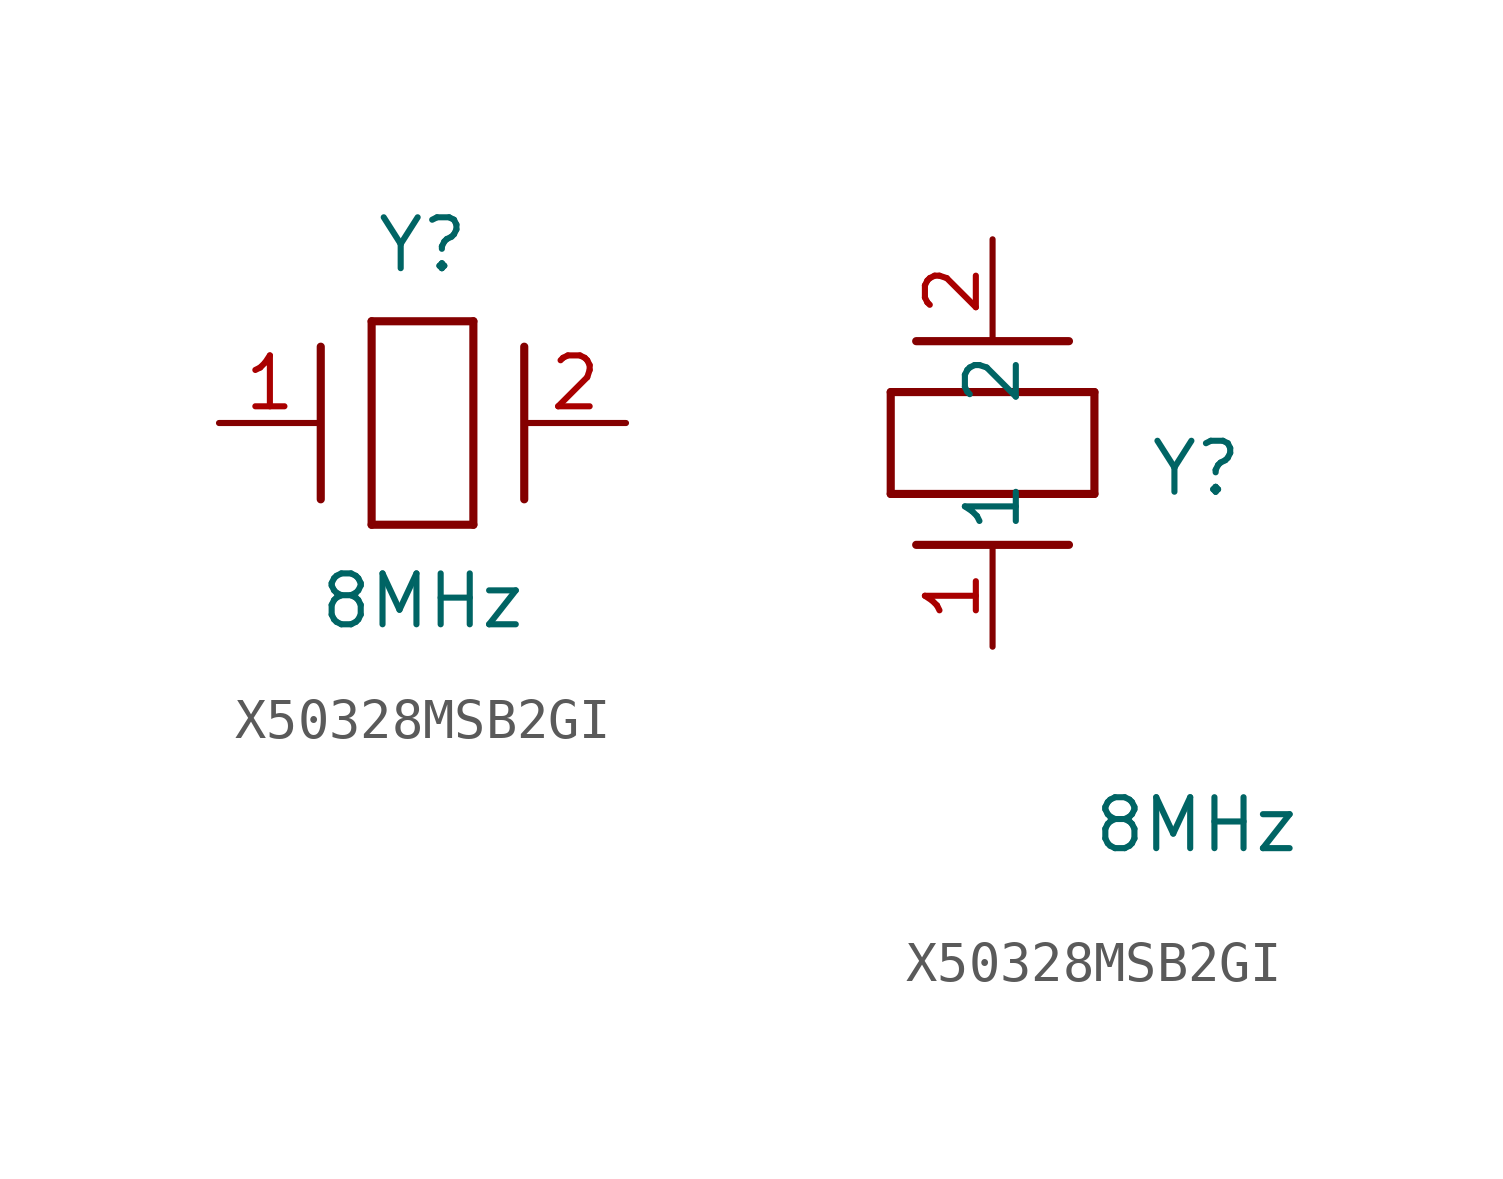
<source format=kicad_sym>
(kicad_symbol_lib
  (version 20241209)
  (generator "kicad_symbol_editor")
  (generator_version "9.0")
  (symbol "X50328MSB2GI"
    (pin_names
      (offset 0.254))
    (property "Reference" "Y"
      (at 5.08 4.445 0)
      (effects (font (size 1.27 1.27))))
    (property "Value" "8MHz"
      (at 5.08 -4.445 0)
      (effects (font (size 1.27 1.27))))
    (symbol "X50328MSB2GI_1_1"
      (polyline (pts (xy 2.54 -1.905) (xy 2.54 1.905)) (stroke (width 0.203) (type default)) (fill (type none)))
      (polyline (pts (xy 3.81 2.54) (xy 6.35 2.54)) (stroke (width 0.203) (type default)) (fill (type none)))
      (polyline (pts (xy 3.81 -2.54) (xy 3.81 2.54)) (stroke (width 0.203) (type default)) (fill (type none)))
      (polyline (pts (xy 6.35 2.54) (xy 6.35 -2.54)) (stroke (width 0.203) (type default)) (fill (type none)))
      (polyline (pts (xy 6.35 -2.54) (xy 3.81 -2.54)) (stroke (width 0.203) (type default)) (fill (type none)))
      (polyline (pts (xy 7.62 -1.905) (xy 7.62 1.905)) (stroke (width 0.203) (type default)) (fill (type none)))
      (pin unspecified line (at 0 0 0) (length 2.54) (name "" (effects (font (size 1.27 1.27)))) (number "1" (effects (font (size 1.27 1.27)))))
      (pin unspecified line (at 10.16 0 180) (length 2.54) (name "" (effects (font (size 1.27 1.27)))) (number "2" (effects (font (size 1.27 1.27))))))
    (symbol "X50328MSB2GI_1_2"
      (polyline (pts (xy -2.54 6.35) (xy 2.54 6.35)) (stroke (width 0.203) (type default)) (fill (type none)))
      (polyline (pts (xy -2.54 3.81) (xy -2.54 6.35)) (stroke (width 0.203) (type default)) (fill (type none)))
      (polyline (pts (xy 1.905 7.62) (xy -1.905 7.62)) (stroke (width 0.203) (type default)) (fill (type none)))
      (polyline (pts (xy 1.905 2.54) (xy -1.905 2.54)) (stroke (width 0.203) (type default)) (fill (type none)))
      (polyline (pts (xy 2.54 6.35) (xy 2.54 3.81)) (stroke (width 0.203) (type default)) (fill (type none)))
      (polyline (pts (xy 2.54 3.81) (xy -2.54 3.81)) (stroke (width 0.203) (type default)) (fill (type none)))
      (pin unspecified line (at 0 10.16 270) (length 2.54) (name "2" (effects (font (size 1.27 1.27)))) (number "2" (effects (font (size 1.27 1.27)))))
      (pin unspecified line (at 0 0 90) (length 2.54) (name "1" (effects (font (size 1.27 1.27)))) (number "1" (effects (font (size 1.27 1.27))))))))
</source>
